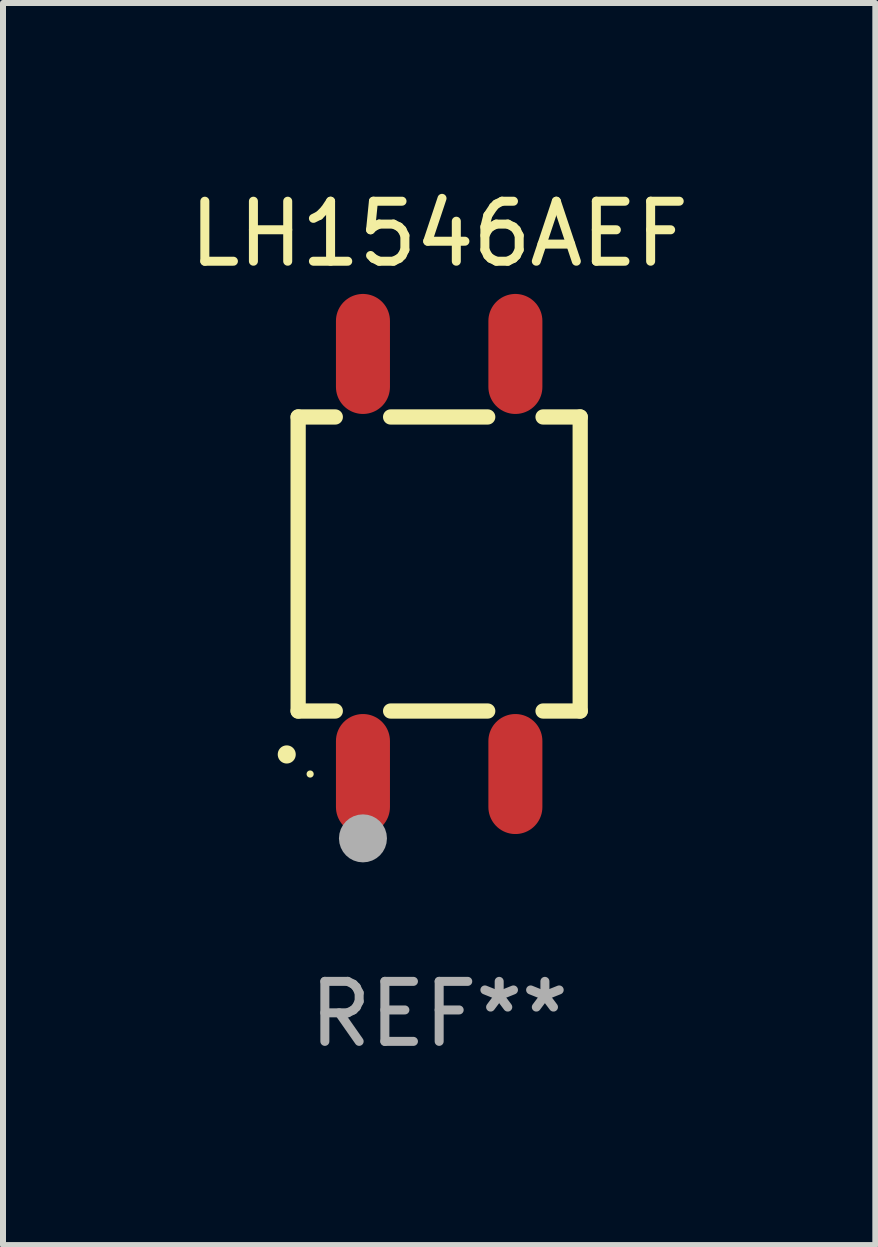
<source format=kicad_pcb>
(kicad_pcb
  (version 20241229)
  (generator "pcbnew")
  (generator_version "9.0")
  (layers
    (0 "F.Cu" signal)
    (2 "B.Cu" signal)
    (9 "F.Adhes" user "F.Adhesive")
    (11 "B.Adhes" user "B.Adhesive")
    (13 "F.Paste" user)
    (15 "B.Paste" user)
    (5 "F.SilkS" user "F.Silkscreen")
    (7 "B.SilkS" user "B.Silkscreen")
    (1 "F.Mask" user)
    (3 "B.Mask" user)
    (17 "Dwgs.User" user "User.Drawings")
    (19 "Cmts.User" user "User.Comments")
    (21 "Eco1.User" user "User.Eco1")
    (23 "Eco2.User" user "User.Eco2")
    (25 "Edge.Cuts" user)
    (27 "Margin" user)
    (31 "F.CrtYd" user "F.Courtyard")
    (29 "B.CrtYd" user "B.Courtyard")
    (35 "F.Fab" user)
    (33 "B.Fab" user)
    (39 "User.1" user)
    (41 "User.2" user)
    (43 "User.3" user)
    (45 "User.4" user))
  (footprint "LH1546AEF"
    (layer "F.Cu")
    (at 4.268 6.348)
    (property "Reference" "LH1546AEF" (at 0 -5.5 0) (layer "F.SilkS") (effects (font (size 1 1) (thickness 0.15))))
    (attr through_hole)
    (fp_line (start -2.35 -2.45) (end -2.35 2.45) (stroke (width 0.254) (type solid)) (layer "F.SilkS"))
    (fp_line (start -2.35 -2.45) (end -1.731 -2.45) (stroke (width 0.254) (type solid)) (layer "F.SilkS"))
    (fp_line (start -2.35 2.45) (end -1.731 2.45) (stroke (width 0.254) (type solid)) (layer "F.SilkS"))
    (fp_line (start -0.809 -2.45) (end 0.809 -2.45) (stroke (width 0.254) (type solid)) (layer "F.SilkS"))
    (fp_line (start -0.809 2.45) (end 0.809 2.45) (stroke (width 0.254) (type solid)) (layer "F.SilkS"))
    (fp_line (start 1.731 -2.45) (end 2.35 -2.45) (stroke (width 0.254) (type solid)) (layer "F.SilkS"))
    (fp_line (start 1.731 2.45) (end 2.35 2.45) (stroke (width 0.254) (type solid)) (layer "F.SilkS"))
    (fp_line (start 2.35 -2.45) (end 2.35 2.45) (stroke (width 0.254) (type solid)) (layer "F.SilkS"))
    (fp_arc (start -2.540005 3.174879) (mid -2.54001 3.173609) (end -2.540005 3.172339) (stroke (width 0.3) (type solid)) (layer "F.SilkS"))
    (fp_circle (center -2.15 3.5) (end -2.12 3.5) (stroke (width 0.06) (type solid)) (fill no) (layer "F.SilkS"))
    (fp_circle (center -1.27 4.572) (end -1.07 4.572) (stroke (width 0.4) (type solid)) (fill no) (layer "F.Fab"))
    (fp_text user "REF**" (at 0 7.5 0) (layer "F.Fab") (effects (font (size 1 1) (thickness 0.15))))
    (pad "1" smd oval (at -1.27 3.5 180) (size 0.9 2) (layers "F.Cu" "F.Mask" "F.Paste"))
    (pad "2" smd oval (at 1.27 3.5 180) (size 0.9 2) (layers "F.Cu" "F.Mask" "F.Paste"))
    (pad "3" smd oval (at 1.27 -3.5 180) (size 0.9 2) (layers "F.Cu" "F.Mask" "F.Paste"))
    (pad "4" smd oval (at -1.27 -3.5 180) (size 0.9 2) (layers "F.Cu" "F.Mask" "F.Paste")))
  (gr_rect
    (start -3 -3)
    (end 11.536 17.697)
    (stroke (width 0.1) (type default))
    (fill no)
    (layer "Edge.Cuts")))
</source>
